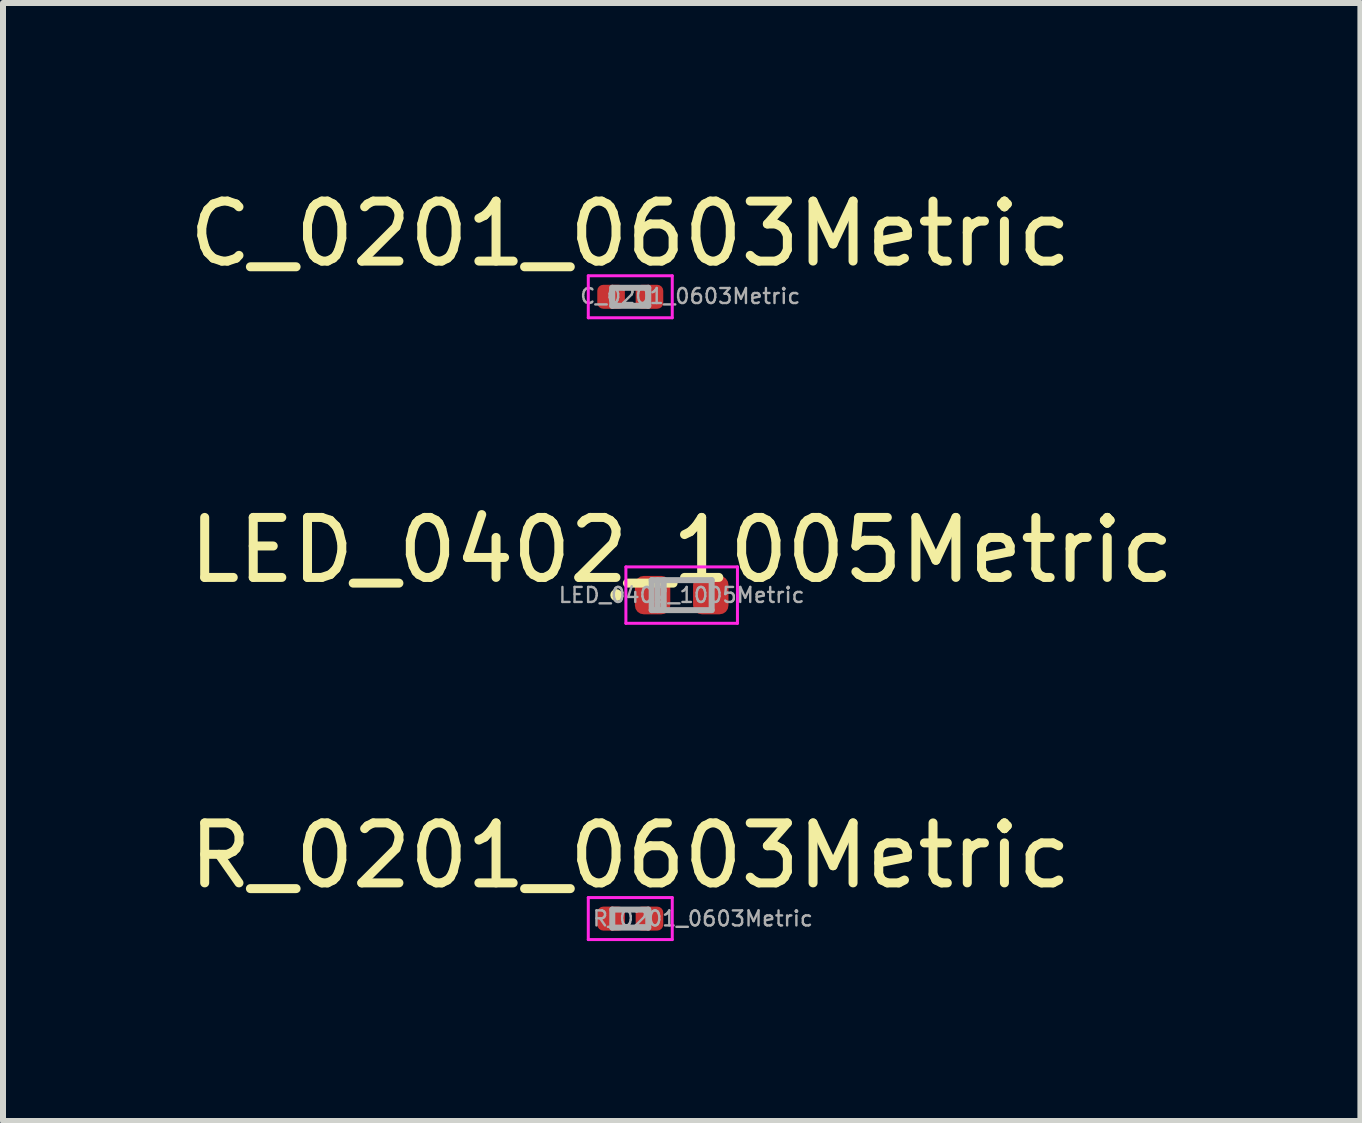
<source format=kicad_pcb>
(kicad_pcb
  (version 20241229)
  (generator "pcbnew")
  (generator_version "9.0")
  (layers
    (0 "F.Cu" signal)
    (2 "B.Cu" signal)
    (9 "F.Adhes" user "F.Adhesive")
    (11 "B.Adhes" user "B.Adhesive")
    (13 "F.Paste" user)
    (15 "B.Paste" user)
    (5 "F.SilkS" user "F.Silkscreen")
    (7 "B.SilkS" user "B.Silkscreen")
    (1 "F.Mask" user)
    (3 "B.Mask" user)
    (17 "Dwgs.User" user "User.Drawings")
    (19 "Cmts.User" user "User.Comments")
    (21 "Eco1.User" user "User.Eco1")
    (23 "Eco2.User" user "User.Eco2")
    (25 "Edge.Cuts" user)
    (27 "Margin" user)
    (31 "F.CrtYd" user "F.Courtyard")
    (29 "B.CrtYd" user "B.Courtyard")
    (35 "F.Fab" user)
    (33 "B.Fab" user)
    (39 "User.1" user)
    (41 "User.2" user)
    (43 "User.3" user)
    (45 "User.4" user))
  (footprint "C_0201_0603Metric"
    (layer "F.Cu")
    (at 7.458 1.898)
    (property "Reference" "C_0201_0603Metric" (at 0 -1.05 0) (layer "F.SilkS") (effects (font (size 1 1) (thickness 0.15))))
    (attr smd)
    (fp_line (start -0.7 -0.35) (end 0.7 -0.35) (stroke (width 0.05) (type solid)) (layer "F.CrtYd"))
    (fp_line (start -0.7 0.35) (end -0.7 -0.35) (stroke (width 0.05) (type solid)) (layer "F.CrtYd"))
    (fp_line (start 0.7 -0.35) (end 0.7 0.35) (stroke (width 0.05) (type solid)) (layer "F.CrtYd"))
    (fp_line (start 0.7 0.35) (end -0.7 0.35) (stroke (width 0.05) (type solid)) (layer "F.CrtYd"))
    (fp_line (start -0.3 -0.15) (end 0.3 -0.15) (stroke (width 0.1) (type solid)) (layer "F.Fab"))
    (fp_line (start -0.3 0.15) (end -0.3 -0.15) (stroke (width 0.1) (type solid)) (layer "F.Fab"))
    (fp_line (start 0.3 -0.15) (end 0.3 0.15) (stroke (width 0.1) (type solid)) (layer "F.Fab"))
    (fp_line (start 0.3 0.15) (end -0.3 0.15) (stroke (width 0.1) (type solid)) (layer "F.Fab"))
    (fp_text user "${REFERENCE}" (at 1 -0.01 0) (layer "F.Fab") (effects (font (size 0.25 0.25) (thickness 0.04))))
    (pad "" smd roundrect (at -0.345 0) (size 0.318 0.36) (layers "F.Paste") (roundrect_rratio 0.25))
    (pad "" smd roundrect (at 0.345 0) (size 0.318 0.36) (layers "F.Paste") (roundrect_rratio 0.25))
    (pad "1" smd roundrect (at -0.32 0) (size 0.46 0.4) (layers "F.Cu" "F.Mask") (roundrect_rratio 0.25))
    (pad "2" smd roundrect (at 0.32 0) (size 0.46 0.4) (layers "F.Cu" "F.Mask") (roundrect_rratio 0.25)))
  (footprint "LED_0402_1005Metric"
    (layer "F.Cu")
    (at 8.315 6.872)
    (property "Reference" "LED_0402_1005Metric" (at 0 -0.75 0) (layer "F.SilkS") (effects (font (size 1 1) (thickness 0.15))))
    (attr smd)
    (fp_circle (center -1.09 0) (end -1.04 0) (stroke (width 0.1) (type solid)) (fill no) (layer "F.SilkS"))
    (fp_line (start -0.93 -0.47) (end 0.93 -0.47) (stroke (width 0.05) (type solid)) (layer "F.CrtYd"))
    (fp_line (start -0.93 0.47) (end -0.93 -0.47) (stroke (width 0.05) (type solid)) (layer "F.CrtYd"))
    (fp_line (start 0.93 -0.47) (end 0.93 0.47) (stroke (width 0.05) (type solid)) (layer "F.CrtYd"))
    (fp_line (start 0.93 0.47) (end -0.93 0.47) (stroke (width 0.05) (type solid)) (layer "F.CrtYd"))
    (fp_line (start -0.5 -0.25) (end 0.5 -0.25) (stroke (width 0.1) (type solid)) (layer "F.Fab"))
    (fp_line (start -0.5 0.25) (end -0.5 -0.25) (stroke (width 0.1) (type solid)) (layer "F.Fab"))
    (fp_line (start -0.4 0.25) (end -0.4 -0.25) (stroke (width 0.1) (type solid)) (layer "F.Fab"))
    (fp_line (start -0.3 0.25) (end -0.3 -0.25) (stroke (width 0.1) (type solid)) (layer "F.Fab"))
    (fp_line (start 0.5 -0.25) (end 0.5 0.25) (stroke (width 0.1) (type solid)) (layer "F.Fab"))
    (fp_line (start 0.5 0.25) (end -0.5 0.25) (stroke (width 0.1) (type solid)) (layer "F.Fab"))
    (fp_text user "${REFERENCE}" (at 0 0 0) (layer "F.Fab") (effects (font (size 0.25 0.25) (thickness 0.04))))
    (pad "1" smd roundrect (at -0.485 0) (size 0.59 0.64) (layers "F.Cu" "F.Mask" "F.Paste") (roundrect_rratio 0.25))
    (pad "2" smd roundrect (at 0.485 0) (size 0.59 0.64) (layers "F.Cu" "F.Mask" "F.Paste") (roundrect_rratio 0.25)))
  (footprint "R_0201_0603Metric"
    (layer "F.Cu")
    (at 7.458 12.265)
    (property "Reference" "R_0201_0603Metric" (at 0 -1.05 0) (layer "F.SilkS") (effects (font (size 1 1) (thickness 0.15))))
    (attr smd)
    (fp_line (start -0.7 -0.35) (end 0.7 -0.35) (stroke (width 0.05) (type solid)) (layer "F.CrtYd"))
    (fp_line (start -0.7 0.35) (end -0.7 -0.35) (stroke (width 0.05) (type solid)) (layer "F.CrtYd"))
    (fp_line (start 0.7 -0.35) (end 0.7 0.35) (stroke (width 0.05) (type solid)) (layer "F.CrtYd"))
    (fp_line (start 0.7 0.35) (end -0.7 0.35) (stroke (width 0.05) (type solid)) (layer "F.CrtYd"))
    (fp_line (start -0.3 -0.15) (end 0.3 -0.15) (stroke (width 0.1) (type solid)) (layer "F.Fab"))
    (fp_line (start -0.3 0.15) (end -0.3 -0.15) (stroke (width 0.1) (type solid)) (layer "F.Fab"))
    (fp_line (start 0.3 -0.15) (end 0.3 0.15) (stroke (width 0.1) (type solid)) (layer "F.Fab"))
    (fp_line (start 0.3 0.15) (end -0.3 0.15) (stroke (width 0.1) (type solid)) (layer "F.Fab"))
    (fp_text user "${REFERENCE}" (at 1.21 0 0) (layer "F.Fab") (effects (font (size 0.25 0.25) (thickness 0.04))))
    (pad "" smd roundrect (at -0.345 0) (size 0.318 0.36) (layers "F.Paste") (roundrect_rratio 0.25))
    (pad "" smd roundrect (at 0.345 0) (size 0.318 0.36) (layers "F.Paste") (roundrect_rratio 0.25))
    (pad "1" smd roundrect (at -0.32 0) (size 0.46 0.4) (layers "F.Cu" "F.Mask") (roundrect_rratio 0.25))
    (pad "2" smd roundrect (at 0.32 0) (size 0.46 0.4) (layers "F.Cu" "F.Mask") (roundrect_rratio 0.25)))
  (gr_rect
    (start -3 -3)
    (end 19.631 15.64)
    (stroke (width 0.1) (type default))
    (fill no)
    (layer "Edge.Cuts")))
</source>
